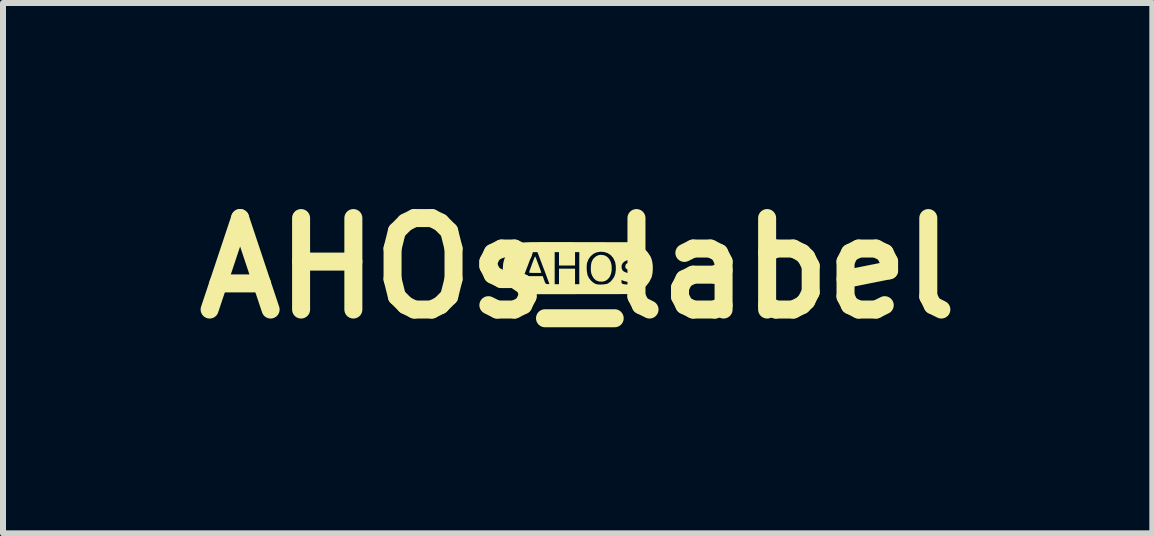
<source format=kicad_pcb>
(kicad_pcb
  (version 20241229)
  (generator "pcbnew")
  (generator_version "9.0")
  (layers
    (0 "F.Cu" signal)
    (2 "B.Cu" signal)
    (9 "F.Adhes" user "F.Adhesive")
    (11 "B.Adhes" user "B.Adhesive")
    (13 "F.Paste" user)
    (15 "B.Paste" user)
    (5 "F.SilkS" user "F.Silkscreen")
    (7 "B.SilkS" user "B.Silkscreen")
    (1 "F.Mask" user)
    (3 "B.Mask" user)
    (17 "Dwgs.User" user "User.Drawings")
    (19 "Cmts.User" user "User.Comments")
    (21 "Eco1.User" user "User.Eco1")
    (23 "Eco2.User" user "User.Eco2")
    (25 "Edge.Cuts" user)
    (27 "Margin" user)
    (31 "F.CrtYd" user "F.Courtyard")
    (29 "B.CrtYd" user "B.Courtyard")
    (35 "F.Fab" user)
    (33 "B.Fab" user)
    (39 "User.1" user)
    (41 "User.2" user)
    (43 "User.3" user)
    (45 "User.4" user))
  (footprint "AHOs_label"
    (layer "F.Cu")
    (at 6.575 1.418)
    (property "Reference" "AHOs_label" (at 0 0 0) (layer "F.SilkS") (effects (font (size 1.524 1.524) (thickness 0.3))))
    (attr board_only exclude_from_pos_files exclude_from_bom)
    (fp_poly (pts (xy 0.445 -0.214) (xy 0.489 -0.191) (xy 0.525 -0.154) (xy 0.551 -0.104) (xy 0.565 -0.045) (xy 0.566 -0.034) (xy 0.567 0.035) (xy 0.555 0.096) (xy 0.533 0.147) (xy 0.501 0.186) (xy 0.46 0.213) (xy 0.412 0.225) (xy 0.357 0.222) (xy 0.353 0.221) (xy 0.307 0.204) (xy 0.271 0.173) (xy 0.242 0.127) (xy 0.242 0.125) (xy 0.229 0.094) (xy 0.222 0.063) (xy 0.219 0.027) (xy 0.219 0.004) (xy 0.222 -0.055) (xy 0.232 -0.101) (xy 0.25 -0.14) (xy 0.27 -0.167) (xy 0.31 -0.201) (xy 0.356 -0.219) (xy 0.394 -0.222)) (stroke (width 0) (type solid)) (fill yes) (layer "F.SilkS"))
    (fp_poly (pts (xy -0.706 -0.192) (xy -0.703 -0.187) (xy -0.698 -0.175) (xy -0.688 -0.151) (xy -0.676 -0.117) (xy -0.661 -0.078) (xy -0.646 -0.037) (xy -0.631 0.002) (xy -0.619 0.037) (xy -0.61 0.062) (xy -0.605 0.075) (xy -0.605 0.076) (xy -0.614 0.078) (xy -0.636 0.079) (xy -0.669 0.08) (xy -0.708 0.08) (xy -0.748 0.08) (xy -0.781 0.078) (xy -0.802 0.075) (xy -0.81 0.073) (xy -0.807 0.062) (xy -0.799 0.038) (xy -0.787 0.004) (xy -0.772 -0.036) (xy -0.771 -0.041) (xy -0.75 -0.096) (xy -0.735 -0.137) (xy -0.724 -0.165) (xy -0.717 -0.183) (xy -0.712 -0.192) (xy -0.708 -0.194)) (stroke (width 0) (type solid)) (fill yes) (layer "F.SilkS"))
    (fp_poly (pts (xy -0.313 -0.435) (xy -0.189 -0.435) (xy -0.048 -0.434) (xy 0.023 -0.434) (xy 0.93 -0.432) (xy 0.979 -0.412) (xy 1.049 -0.374) (xy 1.113 -0.323) (xy 1.169 -0.262) (xy 1.213 -0.195) (xy 1.23 -0.156) (xy 1.243 -0.105) (xy 1.251 -0.044) (xy 1.252 0.021) (xy 1.247 0.084) (xy 1.236 0.139) (xy 1.23 0.156) (xy 1.195 0.226) (xy 1.146 0.291) (xy 1.085 0.348) (xy 1.018 0.393) (xy 0.979 0.412) (xy 0.93 0.432) (xy 0.018 0.433) (xy -0.13 0.434) (xy -0.261 0.434) (xy -0.377 0.434) (xy -0.477 0.434) (xy -0.565 0.434) (xy -0.64 0.434) (xy -0.703 0.433) (xy -0.756 0.433) (xy -0.801 0.432) (xy -0.836 0.431) (xy -0.865 0.43) (xy -0.888 0.429) (xy -0.906 0.427) (xy -0.92 0.425) (xy -0.931 0.423) (xy -0.94 0.42) (xy -0.945 0.419) (xy -1.023 0.385) (xy -1.092 0.336) (xy -1.152 0.275) (xy -1.156 0.268) (xy -0.95 0.268) (xy -0.938 0.267) (xy -0.383 0.267) (xy -0.311 0.267) (xy -0.311 0.009) (xy -0.044 0.009) (xy -0.044 0.267) (xy 0.027 0.267) (xy 0.027 0.011) (xy 0.15 0.011) (xy 0.155 0.065) (xy 0.164 0.112) (xy 0.169 0.127) (xy 0.191 0.169) (xy 0.224 0.209) (xy 0.262 0.243) (xy 0.301 0.264) (xy 0.304 0.265) (xy 0.334 0.271) (xy 0.374 0.273) (xy 0.418 0.272) (xy 0.459 0.267) (xy 0.492 0.26) (xy 0.504 0.255) (xy 0.544 0.227) (xy 0.73 0.227) (xy 0.732 0.247) (xy 0.741 0.258) (xy 0.762 0.265) (xy 0.763 0.266) (xy 0.788 0.27) (xy 0.824 0.272) (xy 0.864 0.273) (xy 0.874 0.273) (xy 0.915 0.271) (xy 0.943 0.268) (xy 0.963 0.261) (xy 0.976 0.253) (xy 0.997 0.233) (xy 1.015 0.206) (xy 1.018 0.2) (xy 1.029 0.176) (xy 1.03 0.158) (xy 1.024 0.134) (xy 1.023 0.13) (xy 1.006 0.099) (xy 0.979 0.074) (xy 0.938 0.054) (xy 0.893 0.041) (xy 0.848 0.028) (xy 0.818 0.016) (xy 0.801 0.002) (xy 0.794 -0.015) (xy 0.794 -0.034) (xy 0.8 -0.059) (xy 0.815 -0.076) (xy 0.842 -0.085) (xy 0.882 -0.087) (xy 0.903 -0.086) (xy 0.938 -0.083) (xy 0.968 -0.079) (xy 0.986 -0.076) (xy 1 -0.073) (xy 1.005 -0.082) (xy 1.006 -0.096) (xy 1.005 -0.11) (xy 0.999 -0.12) (xy 0.986 -0.127) (xy 0.961 -0.133) (xy 0.923 -0.138) (xy 0.92 -0.139) (xy 0.865 -0.14) (xy 0.818 -0.13) (xy 0.778 -0.11) (xy 0.749 -0.082) (xy 0.733 -0.048) (xy 0.731 -0.01) (xy 0.738 0.017) (xy 0.749 0.037) (xy 0.765 0.053) (xy 0.79 0.066) (xy 0.826 0.08) (xy 0.869 0.092) (xy 0.918 0.109) (xy 0.951 0.127) (xy 0.968 0.146) (xy 0.971 0.17) (xy 0.961 0.196) (xy 0.943 0.213) (xy 0.911 0.224) (xy 0.872 0.229) (xy 0.827 0.227) (xy 0.783 0.218) (xy 0.76 0.209) (xy 0.73 0.197) (xy 0.73 0.227) (xy 0.544 0.227) (xy 0.549 0.223) (xy 0.589 0.176) (xy 0.613 0.134) (xy 0.629 0.083) (xy 0.636 0.024) (xy 0.635 -0.039) (xy 0.625 -0.098) (xy 0.619 -0.115) (xy 0.591 -0.171) (xy 0.551 -0.217) (xy 0.501 -0.25) (xy 0.443 -0.269) (xy 0.38 -0.274) (xy 0.315 -0.263) (xy 0.262 -0.238) (xy 0.216 -0.199) (xy 0.18 -0.148) (xy 0.157 -0.088) (xy 0.156 -0.085) (xy 0.151 -0.042) (xy 0.15 0.011) (xy 0.027 0.011) (xy 0.027 -0.267) (xy -0.044 -0.267) (xy -0.044 -0.044) (xy -0.311 -0.044) (xy -0.311 -0.267) (xy -0.383 -0.267) (xy -0.383 0.267) (xy -0.938 0.267) (xy -0.878 0.263) (xy -0.857 0.198) (xy -0.835 0.133) (xy -0.582 0.133) (xy -0.559 0.198) (xy -0.547 0.231) (xy -0.538 0.25) (xy -0.529 0.26) (xy -0.516 0.264) (xy -0.504 0.265) (xy -0.483 0.266) (xy -0.472 0.264) (xy -0.472 0.263) (xy -0.475 0.253) (xy -0.483 0.229) (xy -0.497 0.193) (xy -0.514 0.146) (xy -0.535 0.09) (xy -0.558 0.028) (xy -0.571 -0.005) (xy -0.67 -0.267) (xy -0.746 -0.267) (xy -0.778 -0.185) (xy -0.791 -0.151) (xy -0.808 -0.105) (xy -0.829 -0.049) (xy -0.852 0.01) (xy -0.875 0.071) (xy -0.88 0.083) (xy -0.95 0.268) (xy -1.156 0.268) (xy -1.199 0.203) (xy -1.225 0.143) (xy -1.241 0.076) (xy -1.247 0.002) (xy -1.242 -0.073) (xy -1.226 -0.141) (xy -1.225 -0.143) (xy -1.188 -0.223) (xy -1.138 -0.292) (xy -1.075 -0.35) (xy -1.003 -0.395) (xy -0.934 -0.422) (xy -0.924 -0.424) (xy -0.912 -0.427) (xy -0.897 -0.428) (xy -0.877 -0.43) (xy -0.851 -0.431) (xy -0.818 -0.432) (xy -0.778 -0.433) (xy -0.729 -0.434) (xy -0.67 -0.434) (xy -0.6 -0.435) (xy -0.518 -0.435) (xy -0.423 -0.435)) (stroke (width 0) (type solid)) (fill yes) (layer "F.SilkS")))
  (gr_rect
    (start -3 -3)
    (end 16.15 5.836)
    (stroke (width 0.1) (type default))
    (fill no)
    (layer "Edge.Cuts")))
</source>
